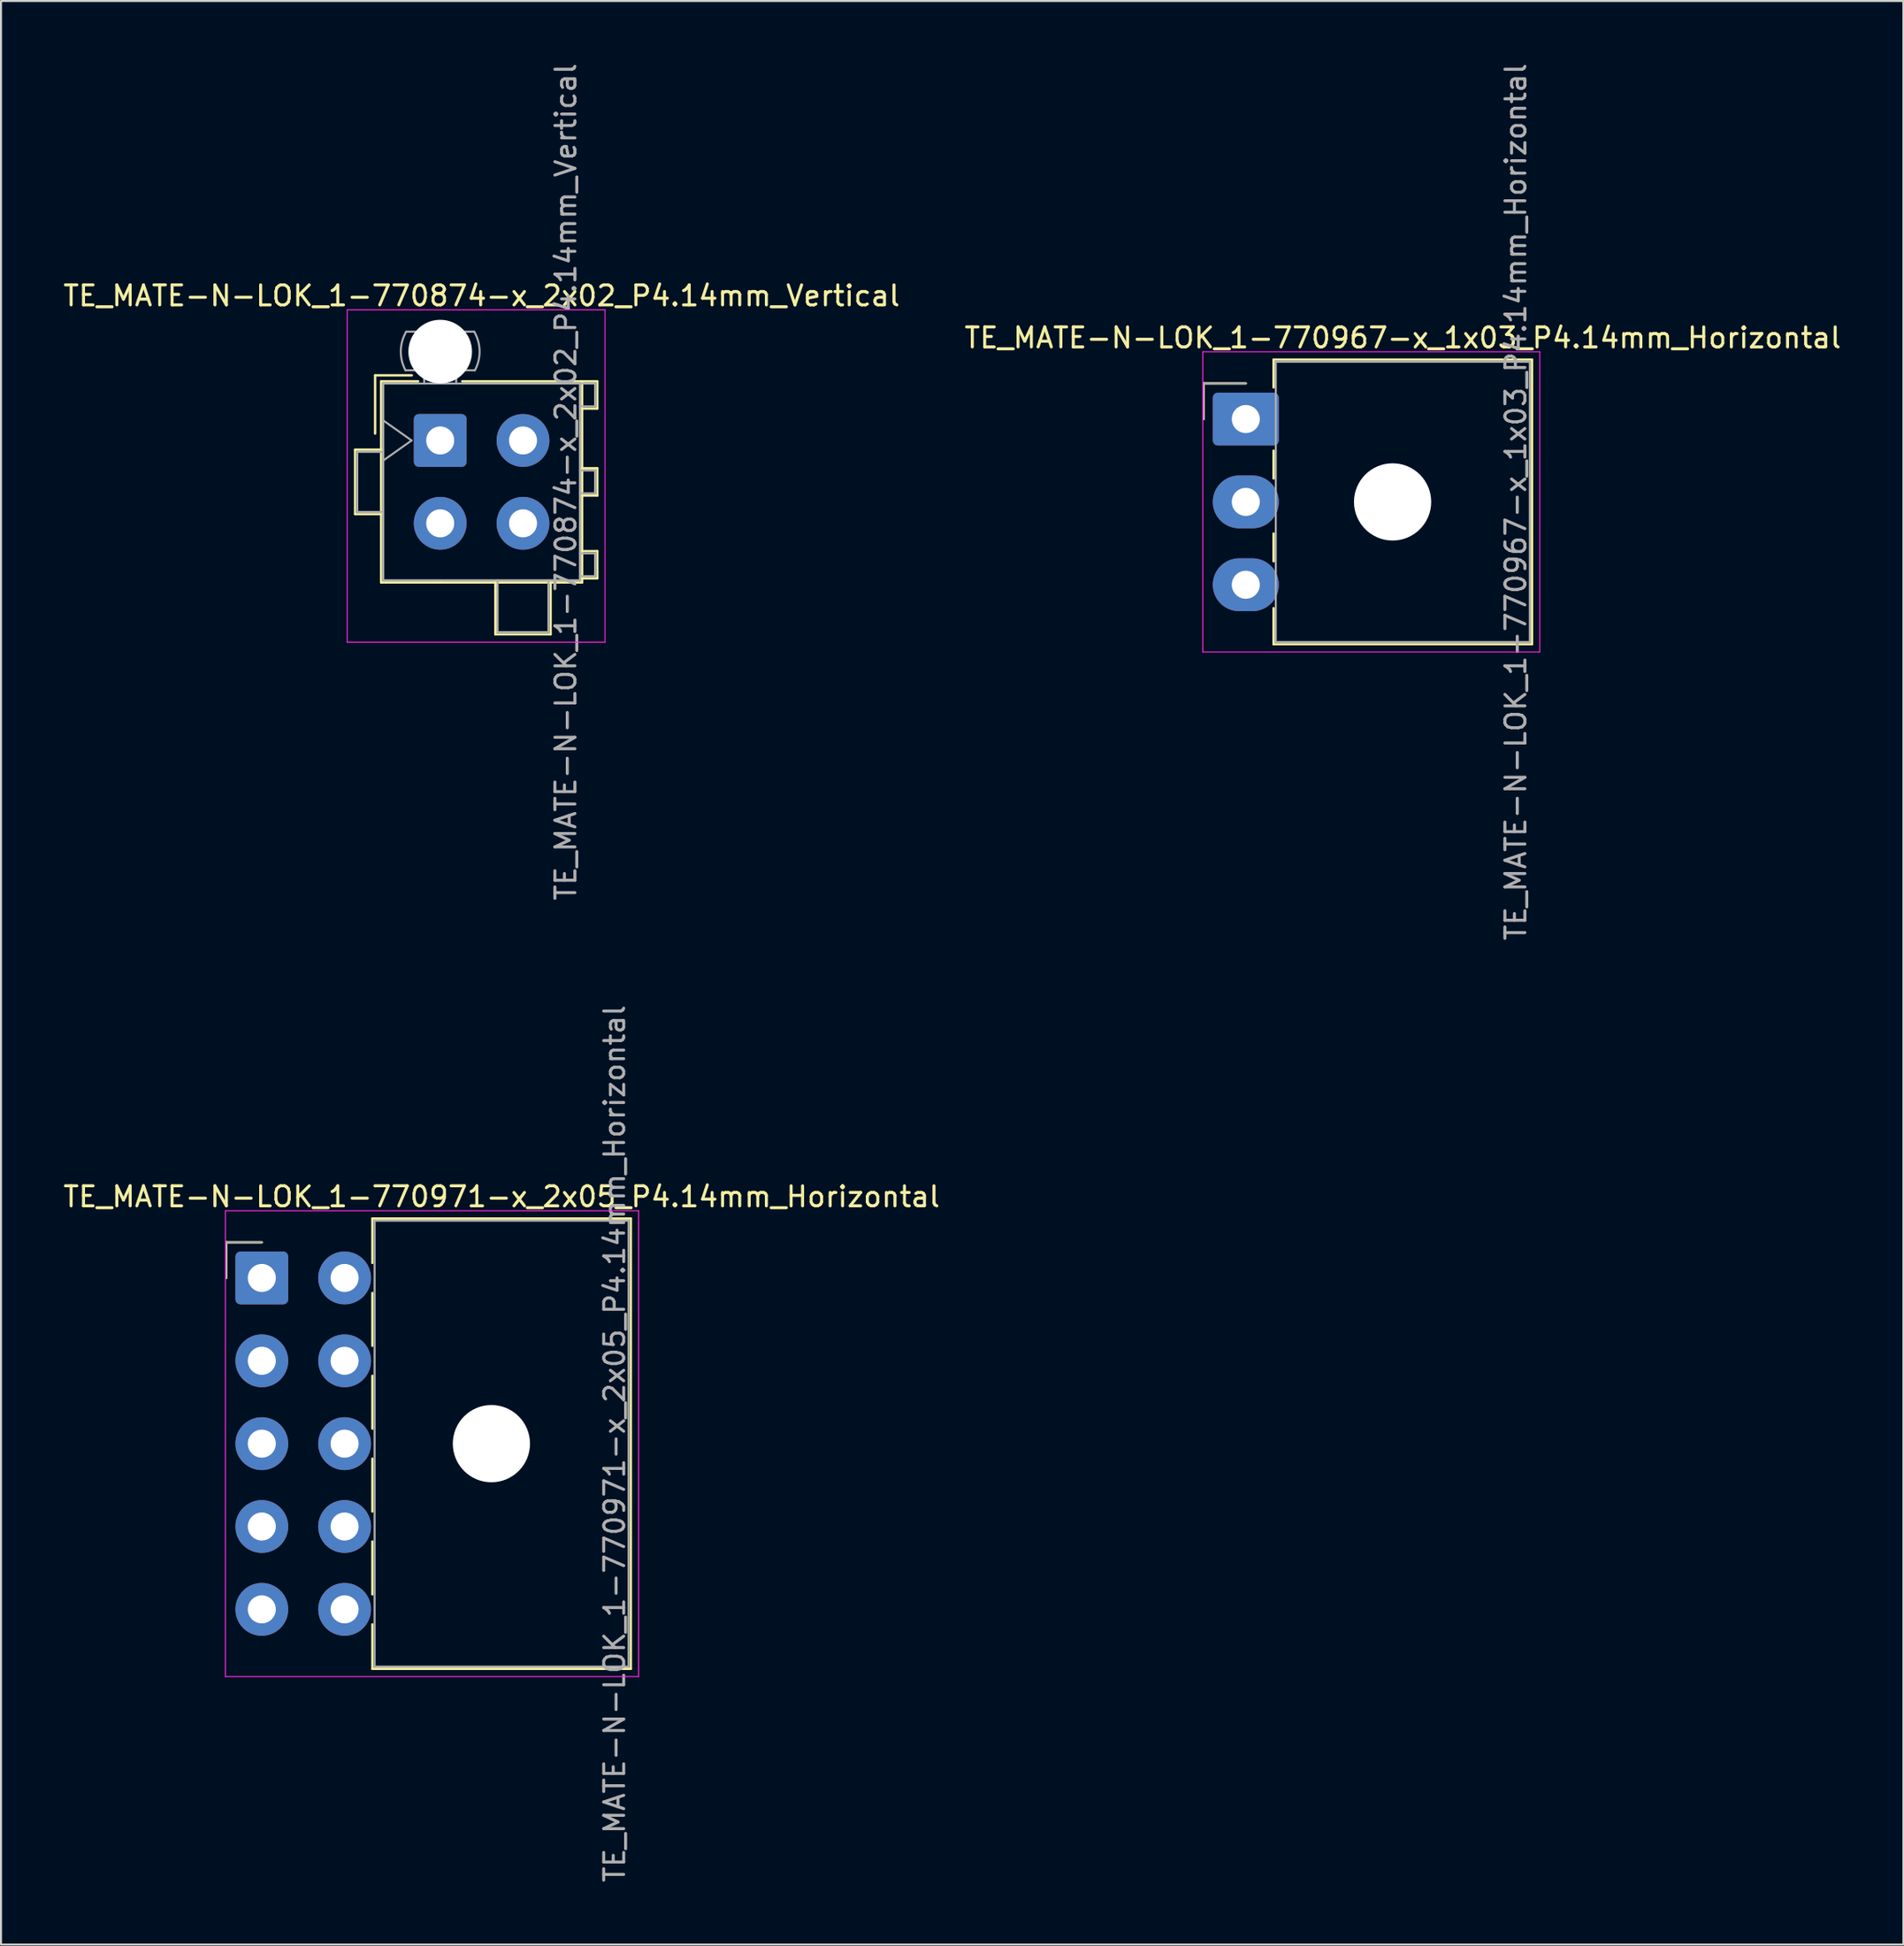
<source format=kicad_pcb>
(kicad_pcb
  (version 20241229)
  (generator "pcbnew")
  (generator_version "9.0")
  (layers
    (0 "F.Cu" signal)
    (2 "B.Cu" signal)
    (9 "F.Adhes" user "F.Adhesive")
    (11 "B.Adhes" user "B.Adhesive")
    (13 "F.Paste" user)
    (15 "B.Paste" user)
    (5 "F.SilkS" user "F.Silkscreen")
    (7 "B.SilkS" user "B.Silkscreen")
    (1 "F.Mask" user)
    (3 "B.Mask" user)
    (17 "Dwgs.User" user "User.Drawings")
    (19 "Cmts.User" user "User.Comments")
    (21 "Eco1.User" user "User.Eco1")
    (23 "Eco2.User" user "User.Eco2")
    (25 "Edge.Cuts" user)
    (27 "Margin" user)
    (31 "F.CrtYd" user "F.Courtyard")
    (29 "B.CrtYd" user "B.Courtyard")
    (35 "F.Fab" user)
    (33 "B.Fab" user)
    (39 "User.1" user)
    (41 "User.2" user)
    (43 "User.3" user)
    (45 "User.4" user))
  (footprint "TE_MATE-N-LOK_1-770967-x_1x03_P4.14mm_Horizontal"
    (layer "F.Cu")
    (at 59.239 17.89)
    (property "Reference" "TE_MATE-N-LOK_1-770967-x_1x03_P4.14mm_Horizontal" (at 7.85 -4.06 0) (layer "F.SilkS") (effects (font (size 1 1) (thickness 0.15))))
    (attr through_hole)
    (fp_line (start -2.11 -1.78) (end -2.11 0) (stroke (width 0.12) (type solid)) (layer "F.SilkS"))
    (fp_line (start 0 -1.78) (end -2.11 -1.78) (stroke (width 0.12) (type solid)) (layer "F.SilkS"))
    (fp_line (start 1.39 -2.97) (end 14.31 -2.97) (stroke (width 0.12) (type solid)) (layer "F.SilkS"))
    (fp_line (start 1.39 -1.58) (end 1.39 -2.97) (stroke (width 0.12) (type solid)) (layer "F.SilkS"))
    (fp_line (start 1.39 1.58) (end 1.39 2.968) (stroke (width 0.12) (type solid)) (layer "F.SilkS"))
    (fp_line (start 1.39 5.72) (end 1.39 7.108) (stroke (width 0.12) (type solid)) (layer "F.SilkS"))
    (fp_line (start 1.39 11.25) (end 1.39 9.452) (stroke (width 0.12) (type solid)) (layer "F.SilkS"))
    (fp_line (start 14.31 -2.97) (end 14.31 11.25) (stroke (width 0.12) (type solid)) (layer "F.SilkS"))
    (fp_line (start 14.31 11.25) (end 1.39 11.25) (stroke (width 0.12) (type solid)) (layer "F.SilkS"))
    (fp_line (start -2.15 -3.36) (end -2.15 11.64) (stroke (width 0.05) (type solid)) (layer "F.CrtYd"))
    (fp_line (start -2.15 11.64) (end 14.7 11.64) (stroke (width 0.05) (type solid)) (layer "F.CrtYd"))
    (fp_line (start 14.7 -3.36) (end -2.15 -3.36) (stroke (width 0.05) (type solid)) (layer "F.CrtYd"))
    (fp_line (start 14.7 11.64) (end 14.7 -3.36) (stroke (width 0.05) (type solid)) (layer "F.CrtYd"))
    (fp_line (start -2.11 -1.78) (end -2.11 0) (stroke (width 0.1) (type solid)) (layer "F.Fab"))
    (fp_line (start 0 -1.78) (end -2.11 -1.78) (stroke (width 0.1) (type solid)) (layer "F.Fab"))
    (fp_line (start 1.5 -2.86) (end 1.5 11.14) (stroke (width 0.1) (type solid)) (layer "F.Fab"))
    (fp_line (start 1.5 11.14) (end 14.2 11.14) (stroke (width 0.1) (type solid)) (layer "F.Fab"))
    (fp_line (start 14.2 -2.86) (end 1.5 -2.86) (stroke (width 0.1) (type solid)) (layer "F.Fab"))
    (fp_line (start 14.2 11.14) (end 14.2 -2.86) (stroke (width 0.1) (type solid)) (layer "F.Fab"))
    (fp_text user "${REFERENCE}" (at 13.5 4.14 90) (layer "F.Fab") (effects (font (size 1 1) (thickness 0.15))))
    (pad "" np_thru_hole circle (at 7.34 4.14) (size 3.86 3.86) (drill 3.86) (layers "*.Cu" "*.Mask"))
    (pad "1" thru_hole roundrect (at 0 0) (size 3.3 2.64) (drill 1.4) (layers "*.Cu" "*.Mask") (roundrect_rratio 0.095))
    (pad "2" thru_hole oval (at 0 4.14) (size 3.3 2.64) (drill 1.4) (layers "*.Cu" "*.Mask"))
    (pad "3" thru_hole oval (at 0 8.28) (size 3.3 2.64) (drill 1.4) (layers "*.Cu" "*.Mask")))
  (footprint "TE_MATE-N-LOK_1-770971-x_2x05_P4.14mm_Horizontal"
    (layer "F.Cu")
    (at 10.04 60.809)
    (property "Reference" "TE_MATE-N-LOK_1-770971-x_2x05_P4.14mm_Horizontal" (at 11.99 -4.06 0) (layer "F.SilkS") (effects (font (size 1 1) (thickness 0.15))))
    (attr through_hole)
    (fp_line (start -1.78 -1.78) (end -1.78 0) (stroke (width 0.12) (type solid)) (layer "F.SilkS"))
    (fp_line (start 0 -1.78) (end -1.78 -1.78) (stroke (width 0.12) (type solid)) (layer "F.SilkS"))
    (fp_line (start 5.53 -2.97) (end 18.45 -2.97) (stroke (width 0.12) (type solid)) (layer "F.SilkS"))
    (fp_line (start 5.53 -0.751) (end 5.53 -2.97) (stroke (width 0.12) (type solid)) (layer "F.SilkS"))
    (fp_line (start 5.53 0.751) (end 5.53 3.389) (stroke (width 0.12) (type solid)) (layer "F.SilkS"))
    (fp_line (start 5.53 4.891) (end 5.53 7.529) (stroke (width 0.12) (type solid)) (layer "F.SilkS"))
    (fp_line (start 5.53 9.031) (end 5.53 11.669) (stroke (width 0.12) (type solid)) (layer "F.SilkS"))
    (fp_line (start 5.53 13.171) (end 5.53 15.809) (stroke (width 0.12) (type solid)) (layer "F.SilkS"))
    (fp_line (start 5.53 19.53) (end 5.53 17.311) (stroke (width 0.12) (type solid)) (layer "F.SilkS"))
    (fp_line (start 18.45 -2.97) (end 18.45 19.53) (stroke (width 0.12) (type solid)) (layer "F.SilkS"))
    (fp_line (start 18.45 19.53) (end 5.53 19.53) (stroke (width 0.12) (type solid)) (layer "F.SilkS"))
    (fp_line (start -1.82 -3.36) (end -1.82 19.92) (stroke (width 0.05) (type solid)) (layer "F.CrtYd"))
    (fp_line (start -1.82 19.92) (end 18.84 19.92) (stroke (width 0.05) (type solid)) (layer "F.CrtYd"))
    (fp_line (start 18.84 -3.36) (end -1.82 -3.36) (stroke (width 0.05) (type solid)) (layer "F.CrtYd"))
    (fp_line (start 18.84 19.92) (end 18.84 -3.36) (stroke (width 0.05) (type solid)) (layer "F.CrtYd"))
    (fp_line (start -1.78 -1.78) (end -1.78 0) (stroke (width 0.1) (type solid)) (layer "F.Fab"))
    (fp_line (start 0 -1.78) (end -1.78 -1.78) (stroke (width 0.1) (type solid)) (layer "F.Fab"))
    (fp_line (start 5.64 -2.86) (end 5.64 19.42) (stroke (width 0.1) (type solid)) (layer "F.Fab"))
    (fp_line (start 5.64 19.42) (end 18.34 19.42) (stroke (width 0.1) (type solid)) (layer "F.Fab"))
    (fp_line (start 18.34 -2.86) (end 5.64 -2.86) (stroke (width 0.1) (type solid)) (layer "F.Fab"))
    (fp_line (start 18.34 19.42) (end 18.34 -2.86) (stroke (width 0.1) (type solid)) (layer "F.Fab"))
    (fp_text user "${REFERENCE}" (at 17.64 8.28 90) (layer "F.Fab") (effects (font (size 1 1) (thickness 0.15))))
    (pad "" np_thru_hole circle (at 11.48 8.28) (size 3.86 3.86) (drill 3.86) (layers "*.Cu" "*.Mask"))
    (pad "1" thru_hole roundrect (at 0 0) (size 2.64 2.64) (drill 1.4) (layers "*.Cu" "*.Mask") (roundrect_rratio 0.095))
    (pad "2" thru_hole circle (at 0 4.14) (size 2.64 2.64) (drill 1.4) (layers "*.Cu" "*.Mask"))
    (pad "3" thru_hole circle (at 0 8.28) (size 2.64 2.64) (drill 1.4) (layers "*.Cu" "*.Mask"))
    (pad "4" thru_hole circle (at 0 12.42) (size 2.64 2.64) (drill 1.4) (layers "*.Cu" "*.Mask"))
    (pad "5" thru_hole circle (at 0 16.56) (size 2.64 2.64) (drill 1.4) (layers "*.Cu" "*.Mask"))
    (pad "6" thru_hole circle (at 4.14 0) (size 2.64 2.64) (drill 1.4) (layers "*.Cu" "*.Mask"))
    (pad "7" thru_hole circle (at 4.14 4.14) (size 2.64 2.64) (drill 1.4) (layers "*.Cu" "*.Mask"))
    (pad "8" thru_hole circle (at 4.14 8.28) (size 2.64 2.64) (drill 1.4) (layers "*.Cu" "*.Mask"))
    (pad "9" thru_hole circle (at 4.14 12.42) (size 2.64 2.64) (drill 1.4) (layers "*.Cu" "*.Mask"))
    (pad "10" thru_hole circle (at 4.14 16.56) (size 2.64 2.64) (drill 1.4) (layers "*.Cu" "*.Mask")))
  (footprint "TE_MATE-N-LOK_1-770874-x_2x02_P4.14mm_Vertical"
    (layer "F.Cu")
    (at 18.96 18.96)
    (property "Reference" "TE_MATE-N-LOK_1-770874-x_2x02_P4.14mm_Vertical" (at 2.07 -7.23 0) (layer "F.SilkS") (effects (font (size 1 1) (thickness 0.15))))
    (attr through_hole)
    (fp_line (start -4.255 0.46) (end -4.255 3.68) (stroke (width 0.12) (type solid)) (layer "F.SilkS"))
    (fp_line (start -4.255 3.68) (end -2.955 3.68) (stroke (width 0.12) (type solid)) (layer "F.SilkS"))
    (fp_line (start -3.255 -3.255) (end -3.255 -0.345) (stroke (width 0.12) (type solid)) (layer "F.SilkS"))
    (fp_line (start -2.955 -2.955) (end -2.955 7.095) (stroke (width 0.12) (type solid)) (layer "F.SilkS"))
    (fp_line (start -2.955 0.46) (end -4.255 0.46) (stroke (width 0.12) (type solid)) (layer "F.SilkS"))
    (fp_line (start -2.955 7.095) (end 0 7.095) (stroke (width 0.12) (type solid)) (layer "F.SilkS"))
    (fp_line (start -1.421 -3.255) (end -3.255 -3.255) (stroke (width 0.12) (type solid)) (layer "F.SilkS"))
    (fp_line (start -1.103 -2.955) (end -2.955 -2.955) (stroke (width 0.12) (type solid)) (layer "F.SilkS"))
    (fp_line (start 1.103 -2.955) (end 7.095 -2.955) (stroke (width 0.12) (type solid)) (layer "F.SilkS"))
    (fp_line (start 2.76 7.095) (end 2.76 9.686) (stroke (width 0.12) (type solid)) (layer "F.SilkS"))
    (fp_line (start 2.76 9.686) (end 5.52 9.686) (stroke (width 0.12) (type solid)) (layer "F.SilkS"))
    (fp_line (start 5.52 9.686) (end 5.52 7.095) (stroke (width 0.12) (type solid)) (layer "F.SilkS"))
    (fp_line (start 7.095 -2.955) (end 7.095 7.095) (stroke (width 0.12) (type solid)) (layer "F.SilkS"))
    (fp_line (start 7.095 -2.955) (end 7.855 -2.955) (stroke (width 0.12) (type solid)) (layer "F.SilkS"))
    (fp_line (start 7.095 1.39) (end 7.855 1.39) (stroke (width 0.12) (type solid)) (layer "F.SilkS"))
    (fp_line (start 7.095 5.53) (end 7.855 5.53) (stroke (width 0.12) (type solid)) (layer "F.SilkS"))
    (fp_line (start 7.095 7.095) (end 0 7.095) (stroke (width 0.12) (type solid)) (layer "F.SilkS"))
    (fp_line (start 7.855 -2.955) (end 7.855 -1.595) (stroke (width 0.12) (type solid)) (layer "F.SilkS"))
    (fp_line (start 7.855 -1.595) (end 7.095 -1.595) (stroke (width 0.12) (type solid)) (layer "F.SilkS"))
    (fp_line (start 7.855 1.39) (end 7.855 2.75) (stroke (width 0.12) (type solid)) (layer "F.SilkS"))
    (fp_line (start 7.855 2.75) (end 7.095 2.75) (stroke (width 0.12) (type solid)) (layer "F.SilkS"))
    (fp_line (start 7.855 5.53) (end 7.855 6.89) (stroke (width 0.12) (type solid)) (layer "F.SilkS"))
    (fp_line (start 7.855 6.89) (end 7.095 6.89) (stroke (width 0.12) (type solid)) (layer "F.SilkS"))
    (fp_line (start -4.65 -6.53) (end -4.65 10.08) (stroke (width 0.05) (type solid)) (layer "F.CrtYd"))
    (fp_line (start -4.65 10.08) (end 8.24 10.08) (stroke (width 0.05) (type solid)) (layer "F.CrtYd"))
    (fp_line (start 8.24 -6.53) (end -4.65 -6.53) (stroke (width 0.05) (type solid)) (layer "F.CrtYd"))
    (fp_line (start 8.24 10.08) (end 8.24 -6.53) (stroke (width 0.05) (type solid)) (layer "F.CrtYd"))
    (fp_line (start -4.145 0.57) (end -4.145 3.57) (stroke (width 0.1) (type solid)) (layer "F.Fab"))
    (fp_line (start -4.145 3.57) (end -2.845 3.57) (stroke (width 0.1) (type solid)) (layer "F.Fab"))
    (fp_line (start -2.845 -2.845) (end -2.845 6.985) (stroke (width 0.1) (type solid)) (layer "F.Fab"))
    (fp_line (start -2.845 -1) (end -1.431 0) (stroke (width 0.1) (type solid)) (layer "F.Fab"))
    (fp_line (start -2.845 0.57) (end -4.145 0.57) (stroke (width 0.1) (type solid)) (layer "F.Fab"))
    (fp_line (start -2.845 6.985) (end 6.985 6.985) (stroke (width 0.1) (type solid)) (layer "F.Fab"))
    (fp_line (start -1.431 0) (end -2.845 1) (stroke (width 0.1) (type solid)) (layer "F.Fab"))
    (fp_line (start -0.8 -2.845) (end -0.8 -3.505) (stroke (width 0.1) (type solid)) (layer "F.Fab"))
    (fp_line (start 0.8 -2.845) (end 0.8 -3.505) (stroke (width 0.1) (type solid)) (layer "F.Fab"))
    (fp_line (start 1.7 -5.436) (end -1.7 -5.436) (stroke (width 0.1) (type solid)) (layer "F.Fab"))
    (fp_line (start 1.734 -3.505) (end -1.734 -3.505) (stroke (width 0.1) (type solid)) (layer "F.Fab"))
    (fp_line (start 2.87 6.985) (end 2.87 9.576) (stroke (width 0.1) (type solid)) (layer "F.Fab"))
    (fp_line (start 2.87 9.576) (end 5.41 9.576) (stroke (width 0.1) (type solid)) (layer "F.Fab"))
    (fp_line (start 5.41 9.576) (end 5.41 6.985) (stroke (width 0.1) (type solid)) (layer "F.Fab"))
    (fp_line (start 6.985 -2.845) (end -2.845 -2.845) (stroke (width 0.1) (type solid)) (layer "F.Fab"))
    (fp_line (start 6.985 -2.845) (end 7.745 -2.845) (stroke (width 0.1) (type solid)) (layer "F.Fab"))
    (fp_line (start 6.985 1.5) (end 7.745 1.5) (stroke (width 0.1) (type solid)) (layer "F.Fab"))
    (fp_line (start 6.985 5.64) (end 7.745 5.64) (stroke (width 0.1) (type solid)) (layer "F.Fab"))
    (fp_line (start 6.985 6.985) (end 6.985 -2.845) (stroke (width 0.1) (type solid)) (layer "F.Fab"))
    (fp_line (start 7.745 -2.845) (end 7.745 -1.705) (stroke (width 0.1) (type solid)) (layer "F.Fab"))
    (fp_line (start 7.745 -1.705) (end 6.985 -1.705) (stroke (width 0.1) (type solid)) (layer "F.Fab"))
    (fp_line (start 7.745 1.5) (end 7.745 2.64) (stroke (width 0.1) (type solid)) (layer "F.Fab"))
    (fp_line (start 7.745 2.64) (end 6.985 2.64) (stroke (width 0.1) (type solid)) (layer "F.Fab"))
    (fp_line (start 7.745 5.64) (end 7.745 6.78) (stroke (width 0.1) (type solid)) (layer "F.Fab"))
    (fp_line (start 7.745 6.78) (end 6.985 6.78) (stroke (width 0.1) (type solid)) (layer "F.Fab"))
    (fp_arc (start -1.733977 -3.505) (mid -1.96969 -4.474992) (end -1.699672 -5.436) (stroke (width 0.1) (type solid)) (layer "F.Fab"))
    (fp_arc (start 1.699672 -5.436) (mid 1.969689 -4.474992) (end 1.733977 -3.505) (stroke (width 0.1) (type solid)) (layer "F.Fab"))
    (fp_text user "${REFERENCE}" (at 6.28 2.07 90) (layer "F.Fab") (effects (font (size 1 1) (thickness 0.15))))
    (pad "" np_thru_hole circle (at 0 -4.44) (size 3.18 3.18) (drill 3.18) (layers "*.Cu" "*.Mask"))
    (pad "1" thru_hole roundrect (at 0 0) (size 2.64 2.64) (drill 1.4) (layers "*.Cu" "*.Mask") (roundrect_rratio 0.095))
    (pad "2" thru_hole circle (at 0 4.14) (size 2.64 2.64) (drill 1.4) (layers "*.Cu" "*.Mask"))
    (pad "3" thru_hole circle (at 4.14 0) (size 2.64 2.64) (drill 1.4) (layers "*.Cu" "*.Mask"))
    (pad "4" thru_hole circle (at 4.14 4.14) (size 2.64 2.64) (drill 1.4) (layers "*.Cu" "*.Mask")))
  (gr_rect
    (start -3 -3)
    (end 92.119 94.119)
    (stroke (width 0.1) (type default))
    (fill no)
    (layer "Edge.Cuts")))
</source>
